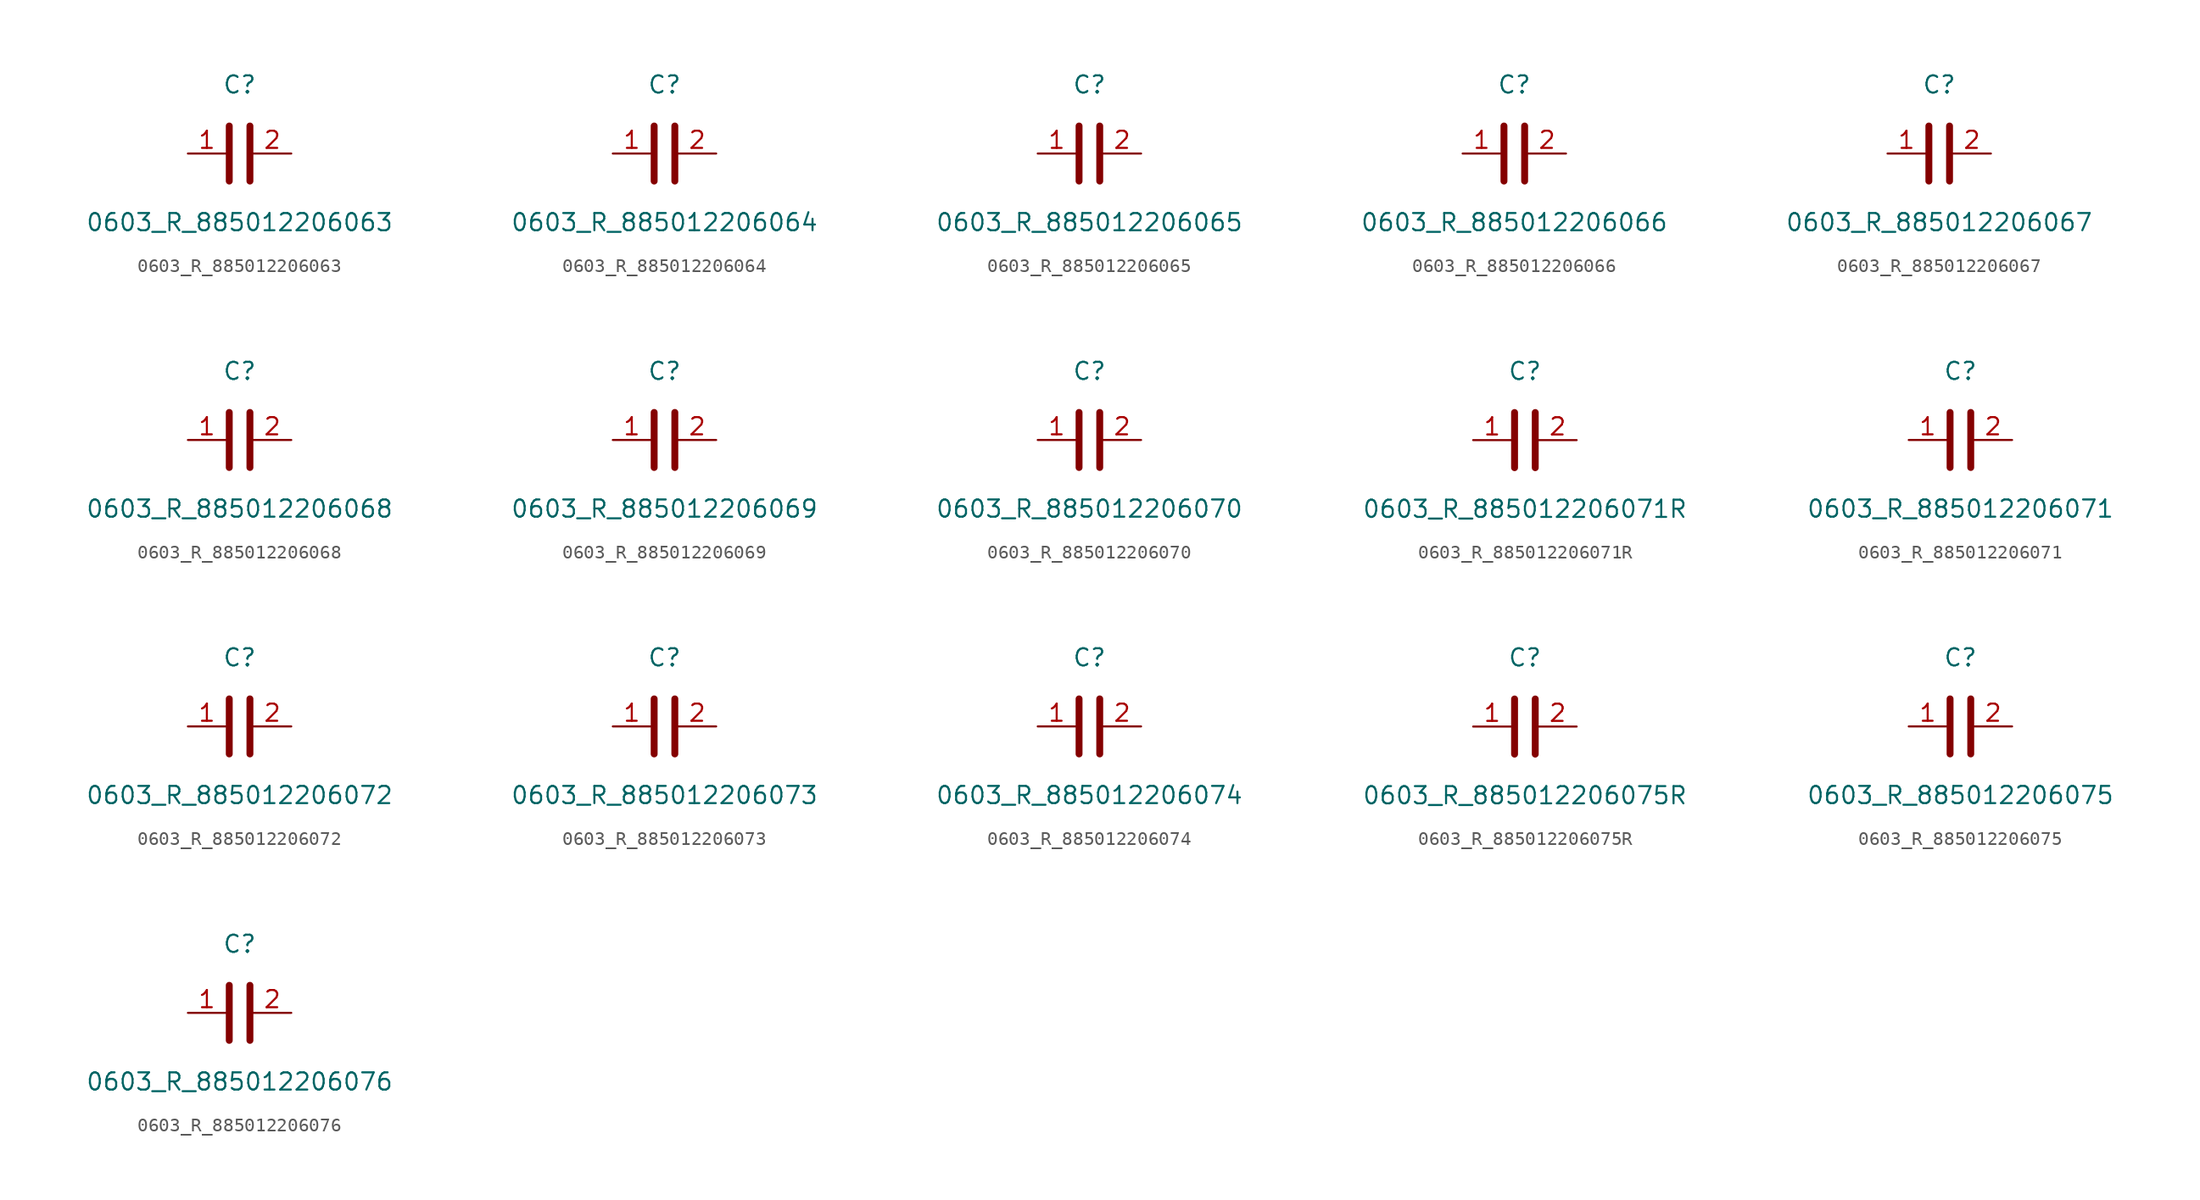
<source format=kicad_sym>
(kicad_symbol_lib
  (version 20220914)
  (generator kicad_symbol_editor)
  (symbol "0603_R_885012206063"
    (pin_names hide)
    (property "Reference" "C"
      (at 0 5.08 0)
      (effects (font (size 1.27 1.27))))
    (property "Value" "0603_R_885012206063"
      (at 0 -5.08 0)
      (effects (font (size 1.27 1.27))))
    (symbol "0603_R_885012206063_0_1"
      (polyline (pts (xy -0.762 -2.032) (xy -0.762 2.032)) (stroke (width 0.508) (type default)) (fill (type none)))
      (polyline (pts (xy 0.762 -2.032) (xy 0.762 2.032)) (stroke (width 0.508) (type default)) (fill (type none))))
    (symbol "0603_R_885012206063_1_1"
      (pin passive line (at -3.81 0 0) (length 2.794) (name "1" (effects (font (size 1.27 1.27)))) (number "1" (effects (font (size 1.27 1.27)))))
      (pin passive line (at 3.81 0 180) (length 2.794) (name "2" (effects (font (size 1.27 1.27)))) (number "2" (effects (font (size 1.27 1.27)))))))
  (symbol "0603_R_885012206064"
    (pin_names hide)
    (property "Reference" "C"
      (at 0 5.08 0)
      (effects (font (size 1.27 1.27))))
    (property "Value" "0603_R_885012206064"
      (at 0 -5.08 0)
      (effects (font (size 1.27 1.27))))
    (symbol "0603_R_885012206064_0_1"
      (polyline (pts (xy -0.762 -2.032) (xy -0.762 2.032)) (stroke (width 0.508) (type default)) (fill (type none)))
      (polyline (pts (xy 0.762 -2.032) (xy 0.762 2.032)) (stroke (width 0.508) (type default)) (fill (type none))))
    (symbol "0603_R_885012206064_1_1"
      (pin passive line (at -3.81 0 0) (length 2.794) (name "1" (effects (font (size 1.27 1.27)))) (number "1" (effects (font (size 1.27 1.27)))))
      (pin passive line (at 3.81 0 180) (length 2.794) (name "2" (effects (font (size 1.27 1.27)))) (number "2" (effects (font (size 1.27 1.27)))))))
  (symbol "0603_R_885012206065"
    (pin_names hide)
    (property "Reference" "C"
      (at 0 5.08 0)
      (effects (font (size 1.27 1.27))))
    (property "Value" "0603_R_885012206065"
      (at 0 -5.08 0)
      (effects (font (size 1.27 1.27))))
    (symbol "0603_R_885012206065_0_1"
      (polyline (pts (xy -0.762 -2.032) (xy -0.762 2.032)) (stroke (width 0.508) (type default)) (fill (type none)))
      (polyline (pts (xy 0.762 -2.032) (xy 0.762 2.032)) (stroke (width 0.508) (type default)) (fill (type none))))
    (symbol "0603_R_885012206065_1_1"
      (pin passive line (at -3.81 0 0) (length 2.794) (name "1" (effects (font (size 1.27 1.27)))) (number "1" (effects (font (size 1.27 1.27)))))
      (pin passive line (at 3.81 0 180) (length 2.794) (name "2" (effects (font (size 1.27 1.27)))) (number "2" (effects (font (size 1.27 1.27)))))))
  (symbol "0603_R_885012206066"
    (pin_names hide)
    (property "Reference" "C"
      (at 0 5.08 0)
      (effects (font (size 1.27 1.27))))
    (property "Value" "0603_R_885012206066"
      (at 0 -5.08 0)
      (effects (font (size 1.27 1.27))))
    (symbol "0603_R_885012206066_0_1"
      (polyline (pts (xy -0.762 -2.032) (xy -0.762 2.032)) (stroke (width 0.508) (type default)) (fill (type none)))
      (polyline (pts (xy 0.762 -2.032) (xy 0.762 2.032)) (stroke (width 0.508) (type default)) (fill (type none))))
    (symbol "0603_R_885012206066_1_1"
      (pin passive line (at -3.81 0 0) (length 2.794) (name "1" (effects (font (size 1.27 1.27)))) (number "1" (effects (font (size 1.27 1.27)))))
      (pin passive line (at 3.81 0 180) (length 2.794) (name "2" (effects (font (size 1.27 1.27)))) (number "2" (effects (font (size 1.27 1.27)))))))
  (symbol "0603_R_885012206067"
    (pin_names hide)
    (property "Reference" "C"
      (at 0 5.08 0)
      (effects (font (size 1.27 1.27))))
    (property "Value" "0603_R_885012206067"
      (at 0 -5.08 0)
      (effects (font (size 1.27 1.27))))
    (symbol "0603_R_885012206067_0_1"
      (polyline (pts (xy -0.762 -2.032) (xy -0.762 2.032)) (stroke (width 0.508) (type default)) (fill (type none)))
      (polyline (pts (xy 0.762 -2.032) (xy 0.762 2.032)) (stroke (width 0.508) (type default)) (fill (type none))))
    (symbol "0603_R_885012206067_1_1"
      (pin passive line (at -3.81 0 0) (length 2.794) (name "1" (effects (font (size 1.27 1.27)))) (number "1" (effects (font (size 1.27 1.27)))))
      (pin passive line (at 3.81 0 180) (length 2.794) (name "2" (effects (font (size 1.27 1.27)))) (number "2" (effects (font (size 1.27 1.27)))))))
  (symbol "0603_R_885012206068"
    (pin_names hide)
    (property "Reference" "C"
      (at 0 5.08 0)
      (effects (font (size 1.27 1.27))))
    (property "Value" "0603_R_885012206068"
      (at 0 -5.08 0)
      (effects (font (size 1.27 1.27))))
    (symbol "0603_R_885012206068_0_1"
      (polyline (pts (xy -0.762 -2.032) (xy -0.762 2.032)) (stroke (width 0.508) (type default)) (fill (type none)))
      (polyline (pts (xy 0.762 -2.032) (xy 0.762 2.032)) (stroke (width 0.508) (type default)) (fill (type none))))
    (symbol "0603_R_885012206068_1_1"
      (pin passive line (at -3.81 0 0) (length 2.794) (name "1" (effects (font (size 1.27 1.27)))) (number "1" (effects (font (size 1.27 1.27)))))
      (pin passive line (at 3.81 0 180) (length 2.794) (name "2" (effects (font (size 1.27 1.27)))) (number "2" (effects (font (size 1.27 1.27)))))))
  (symbol "0603_R_885012206069"
    (pin_names hide)
    (property "Reference" "C"
      (at 0 5.08 0)
      (effects (font (size 1.27 1.27))))
    (property "Value" "0603_R_885012206069"
      (at 0 -5.08 0)
      (effects (font (size 1.27 1.27))))
    (symbol "0603_R_885012206069_0_1"
      (polyline (pts (xy -0.762 -2.032) (xy -0.762 2.032)) (stroke (width 0.508) (type default)) (fill (type none)))
      (polyline (pts (xy 0.762 -2.032) (xy 0.762 2.032)) (stroke (width 0.508) (type default)) (fill (type none))))
    (symbol "0603_R_885012206069_1_1"
      (pin passive line (at -3.81 0 0) (length 2.794) (name "1" (effects (font (size 1.27 1.27)))) (number "1" (effects (font (size 1.27 1.27)))))
      (pin passive line (at 3.81 0 180) (length 2.794) (name "2" (effects (font (size 1.27 1.27)))) (number "2" (effects (font (size 1.27 1.27)))))))
  (symbol "0603_R_885012206070"
    (pin_names hide)
    (property "Reference" "C"
      (at 0 5.08 0)
      (effects (font (size 1.27 1.27))))
    (property "Value" "0603_R_885012206070"
      (at 0 -5.08 0)
      (effects (font (size 1.27 1.27))))
    (symbol "0603_R_885012206070_0_1"
      (polyline (pts (xy -0.762 -2.032) (xy -0.762 2.032)) (stroke (width 0.508) (type default)) (fill (type none)))
      (polyline (pts (xy 0.762 -2.032) (xy 0.762 2.032)) (stroke (width 0.508) (type default)) (fill (type none))))
    (symbol "0603_R_885012206070_1_1"
      (pin passive line (at -3.81 0 0) (length 2.794) (name "1" (effects (font (size 1.27 1.27)))) (number "1" (effects (font (size 1.27 1.27)))))
      (pin passive line (at 3.81 0 180) (length 2.794) (name "2" (effects (font (size 1.27 1.27)))) (number "2" (effects (font (size 1.27 1.27)))))))
  (symbol "0603_R_885012206071R"
    (pin_names hide)
    (property "Reference" "C"
      (at 0 5.08 0)
      (effects (font (size 1.27 1.27))))
    (property "Value" "0603_R_885012206071R"
      (at 0 -5.08 0)
      (effects (font (size 1.27 1.27))))
    (symbol "0603_R_885012206071R_0_1"
      (polyline (pts (xy -0.762 -2.032) (xy -0.762 2.032)) (stroke (width 0.508) (type default)) (fill (type none)))
      (polyline (pts (xy 0.762 -2.032) (xy 0.762 2.032)) (stroke (width 0.508) (type default)) (fill (type none))))
    (symbol "0603_R_885012206071R_1_1"
      (pin passive line (at -3.81 0 0) (length 2.794) (name "1" (effects (font (size 1.27 1.27)))) (number "1" (effects (font (size 1.27 1.27)))))
      (pin passive line (at 3.81 0 180) (length 2.794) (name "2" (effects (font (size 1.27 1.27)))) (number "2" (effects (font (size 1.27 1.27)))))))
  (symbol "0603_R_885012206071"
    (pin_names hide)
    (property "Reference" "C"
      (at 0 5.08 0)
      (effects (font (size 1.27 1.27))))
    (property "Value" "0603_R_885012206071"
      (at 0 -5.08 0)
      (effects (font (size 1.27 1.27))))
    (symbol "0603_R_885012206071_0_1"
      (polyline (pts (xy -0.762 -2.032) (xy -0.762 2.032)) (stroke (width 0.508) (type default)) (fill (type none)))
      (polyline (pts (xy 0.762 -2.032) (xy 0.762 2.032)) (stroke (width 0.508) (type default)) (fill (type none))))
    (symbol "0603_R_885012206071_1_1"
      (pin passive line (at -3.81 0 0) (length 2.794) (name "1" (effects (font (size 1.27 1.27)))) (number "1" (effects (font (size 1.27 1.27)))))
      (pin passive line (at 3.81 0 180) (length 2.794) (name "2" (effects (font (size 1.27 1.27)))) (number "2" (effects (font (size 1.27 1.27)))))))
  (symbol "0603_R_885012206072"
    (pin_names hide)
    (property "Reference" "C"
      (at 0 5.08 0)
      (effects (font (size 1.27 1.27))))
    (property "Value" "0603_R_885012206072"
      (at 0 -5.08 0)
      (effects (font (size 1.27 1.27))))
    (symbol "0603_R_885012206072_0_1"
      (polyline (pts (xy -0.762 -2.032) (xy -0.762 2.032)) (stroke (width 0.508) (type default)) (fill (type none)))
      (polyline (pts (xy 0.762 -2.032) (xy 0.762 2.032)) (stroke (width 0.508) (type default)) (fill (type none))))
    (symbol "0603_R_885012206072_1_1"
      (pin passive line (at -3.81 0 0) (length 2.794) (name "1" (effects (font (size 1.27 1.27)))) (number "1" (effects (font (size 1.27 1.27)))))
      (pin passive line (at 3.81 0 180) (length 2.794) (name "2" (effects (font (size 1.27 1.27)))) (number "2" (effects (font (size 1.27 1.27)))))))
  (symbol "0603_R_885012206073"
    (pin_names hide)
    (property "Reference" "C"
      (at 0 5.08 0)
      (effects (font (size 1.27 1.27))))
    (property "Value" "0603_R_885012206073"
      (at 0 -5.08 0)
      (effects (font (size 1.27 1.27))))
    (symbol "0603_R_885012206073_0_1"
      (polyline (pts (xy -0.762 -2.032) (xy -0.762 2.032)) (stroke (width 0.508) (type default)) (fill (type none)))
      (polyline (pts (xy 0.762 -2.032) (xy 0.762 2.032)) (stroke (width 0.508) (type default)) (fill (type none))))
    (symbol "0603_R_885012206073_1_1"
      (pin passive line (at -3.81 0 0) (length 2.794) (name "1" (effects (font (size 1.27 1.27)))) (number "1" (effects (font (size 1.27 1.27)))))
      (pin passive line (at 3.81 0 180) (length 2.794) (name "2" (effects (font (size 1.27 1.27)))) (number "2" (effects (font (size 1.27 1.27)))))))
  (symbol "0603_R_885012206074"
    (pin_names hide)
    (property "Reference" "C"
      (at 0 5.08 0)
      (effects (font (size 1.27 1.27))))
    (property "Value" "0603_R_885012206074"
      (at 0 -5.08 0)
      (effects (font (size 1.27 1.27))))
    (symbol "0603_R_885012206074_0_1"
      (polyline (pts (xy -0.762 -2.032) (xy -0.762 2.032)) (stroke (width 0.508) (type default)) (fill (type none)))
      (polyline (pts (xy 0.762 -2.032) (xy 0.762 2.032)) (stroke (width 0.508) (type default)) (fill (type none))))
    (symbol "0603_R_885012206074_1_1"
      (pin passive line (at -3.81 0 0) (length 2.794) (name "1" (effects (font (size 1.27 1.27)))) (number "1" (effects (font (size 1.27 1.27)))))
      (pin passive line (at 3.81 0 180) (length 2.794) (name "2" (effects (font (size 1.27 1.27)))) (number "2" (effects (font (size 1.27 1.27)))))))
  (symbol "0603_R_885012206075R"
    (pin_names hide)
    (property "Reference" "C"
      (at 0 5.08 0)
      (effects (font (size 1.27 1.27))))
    (property "Value" "0603_R_885012206075R"
      (at 0 -5.08 0)
      (effects (font (size 1.27 1.27))))
    (symbol "0603_R_885012206075R_0_1"
      (polyline (pts (xy -0.762 -2.032) (xy -0.762 2.032)) (stroke (width 0.508) (type default)) (fill (type none)))
      (polyline (pts (xy 0.762 -2.032) (xy 0.762 2.032)) (stroke (width 0.508) (type default)) (fill (type none))))
    (symbol "0603_R_885012206075R_1_1"
      (pin passive line (at -3.81 0 0) (length 2.794) (name "1" (effects (font (size 1.27 1.27)))) (number "1" (effects (font (size 1.27 1.27)))))
      (pin passive line (at 3.81 0 180) (length 2.794) (name "2" (effects (font (size 1.27 1.27)))) (number "2" (effects (font (size 1.27 1.27)))))))
  (symbol "0603_R_885012206075"
    (pin_names hide)
    (property "Reference" "C"
      (at 0 5.08 0)
      (effects (font (size 1.27 1.27))))
    (property "Value" "0603_R_885012206075"
      (at 0 -5.08 0)
      (effects (font (size 1.27 1.27))))
    (symbol "0603_R_885012206075_0_1"
      (polyline (pts (xy -0.762 -2.032) (xy -0.762 2.032)) (stroke (width 0.508) (type default)) (fill (type none)))
      (polyline (pts (xy 0.762 -2.032) (xy 0.762 2.032)) (stroke (width 0.508) (type default)) (fill (type none))))
    (symbol "0603_R_885012206075_1_1"
      (pin passive line (at -3.81 0 0) (length 2.794) (name "1" (effects (font (size 1.27 1.27)))) (number "1" (effects (font (size 1.27 1.27)))))
      (pin passive line (at 3.81 0 180) (length 2.794) (name "2" (effects (font (size 1.27 1.27)))) (number "2" (effects (font (size 1.27 1.27)))))))
  (symbol "0603_R_885012206076"
    (pin_names hide)
    (property "Reference" "C"
      (at 0 5.08 0)
      (effects (font (size 1.27 1.27))))
    (property "Value" "0603_R_885012206076"
      (at 0 -5.08 0)
      (effects (font (size 1.27 1.27))))
    (symbol "0603_R_885012206076_0_1"
      (polyline (pts (xy -0.762 -2.032) (xy -0.762 2.032)) (stroke (width 0.508) (type default)) (fill (type none)))
      (polyline (pts (xy 0.762 -2.032) (xy 0.762 2.032)) (stroke (width 0.508) (type default)) (fill (type none))))
    (symbol "0603_R_885012206076_1_1"
      (pin passive line (at -3.81 0 0) (length 2.794) (name "1" (effects (font (size 1.27 1.27)))) (number "1" (effects (font (size 1.27 1.27)))))
      (pin passive line (at 3.81 0 180) (length 2.794) (name "2" (effects (font (size 1.27 1.27)))) (number "2" (effects (font (size 1.27 1.27))))))))
</source>
